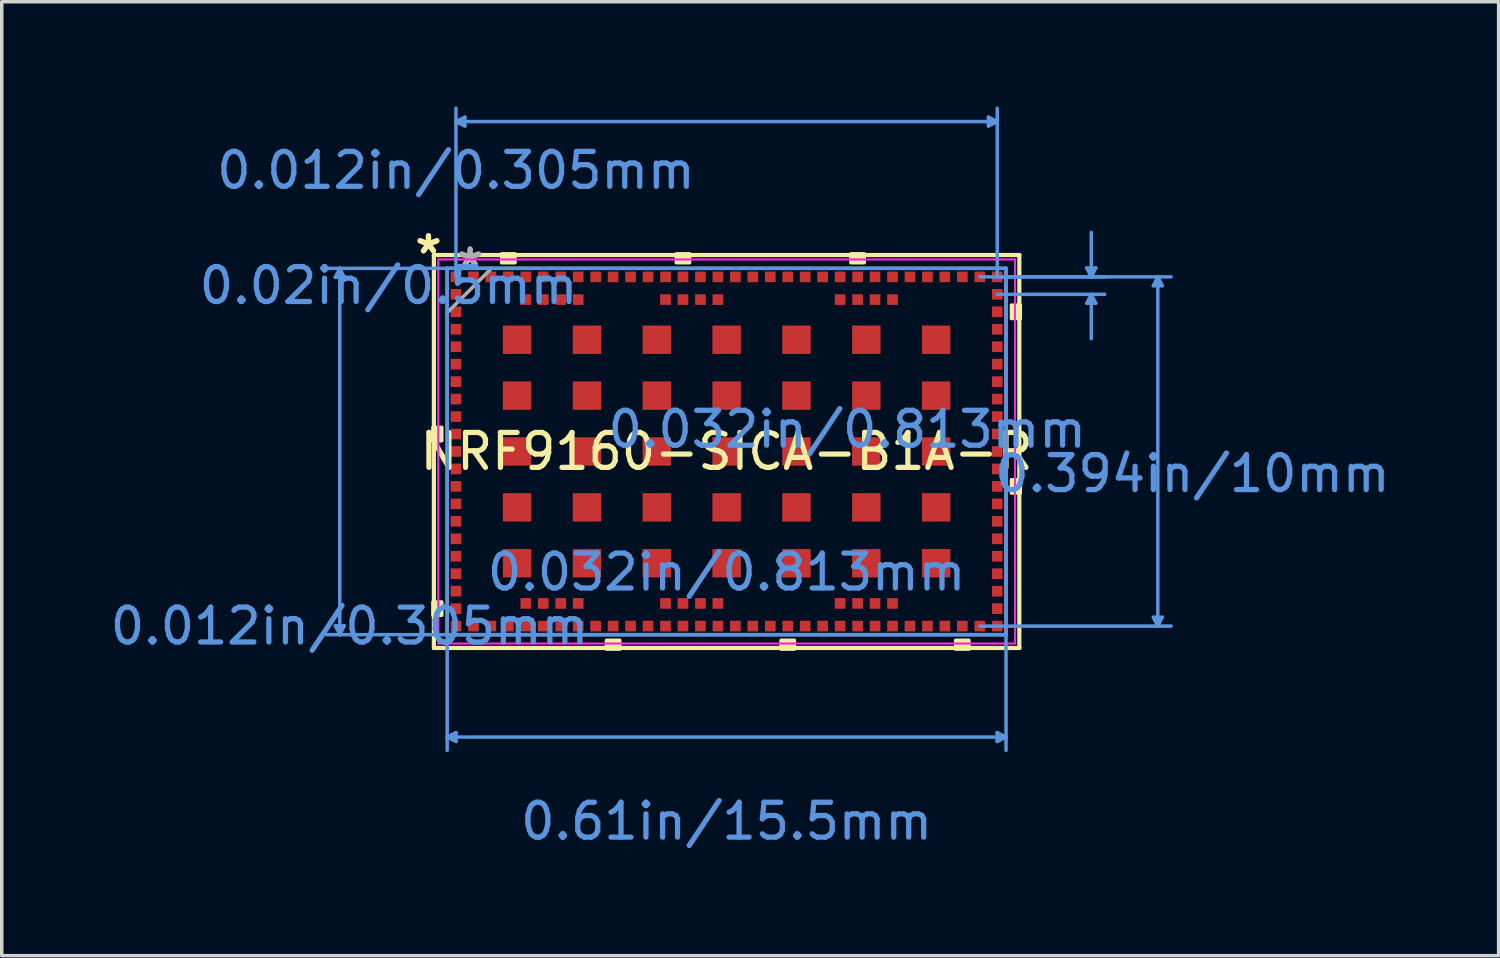
<source format=kicad_pcb>
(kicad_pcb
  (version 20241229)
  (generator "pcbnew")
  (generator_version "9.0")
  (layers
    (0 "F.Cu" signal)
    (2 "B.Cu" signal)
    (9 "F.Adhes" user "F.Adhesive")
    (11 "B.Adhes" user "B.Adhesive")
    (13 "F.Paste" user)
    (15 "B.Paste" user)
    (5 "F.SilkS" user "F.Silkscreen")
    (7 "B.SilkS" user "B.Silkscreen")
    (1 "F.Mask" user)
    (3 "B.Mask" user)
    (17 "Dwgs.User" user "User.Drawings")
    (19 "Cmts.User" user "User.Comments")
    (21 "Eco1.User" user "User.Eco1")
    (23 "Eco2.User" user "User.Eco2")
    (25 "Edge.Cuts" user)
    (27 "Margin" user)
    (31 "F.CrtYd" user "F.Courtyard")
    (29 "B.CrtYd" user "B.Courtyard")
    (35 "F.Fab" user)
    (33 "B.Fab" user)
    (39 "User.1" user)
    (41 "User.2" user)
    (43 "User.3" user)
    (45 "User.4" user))
  (footprint "NRF9160-SICA-B1A-R"
    (layer "F.Cu")
    (at 17.756 9.878)
    (property "Reference" "NRF9160-SICA-B1A-R" (at 0 0 0) (layer "F.SilkS") (effects (font (size 1 1) (thickness 0.15))))
    (attr through_hole)
    (fp_line (start -8.382 -5.626) (end -8.382 5.626) (stroke (width 0.12) (type solid)) (layer "F.SilkS"))
    (fp_line (start -8.382 5.626) (end 8.382 5.626) (stroke (width 0.12) (type solid)) (layer "F.SilkS"))
    (fp_line (start 8.382 -5.626) (end -8.382 -5.626) (stroke (width 0.12) (type solid)) (layer "F.SilkS"))
    (fp_line (start 8.382 5.626) (end 8.382 -5.626) (stroke (width 0.12) (type solid)) (layer "F.SilkS"))
    (fp_poly (pts (xy -8.41 -0.69) (xy -8.41 -0.309) (xy -8.156 -0.309) (xy -8.156 -0.69)) (stroke (width 0.1) (type solid)) (fill yes) (layer "F.SilkS"))
    (fp_poly (pts (xy -8.41 4.31) (xy -8.41 4.691) (xy -8.156 4.691) (xy -8.156 4.31)) (stroke (width 0.1) (type solid)) (fill yes) (layer "F.SilkS"))
    (fp_poly (pts (xy -6.441 -5.406) (xy -6.441 -5.66) (xy -6.059 -5.66) (xy -6.059 -5.406)) (stroke (width 0.1) (type solid)) (fill yes) (layer "F.SilkS"))
    (fp_poly (pts (xy -3.441 5.406) (xy -3.441 5.66) (xy -3.06 5.66) (xy -3.06 5.406)) (stroke (width 0.1) (type solid)) (fill yes) (layer "F.SilkS"))
    (fp_poly (pts (xy -1.44 -5.406) (xy -1.44 -5.66) (xy -1.06 -5.66) (xy -1.06 -5.406)) (stroke (width 0.1) (type solid)) (fill yes) (layer "F.SilkS"))
    (fp_poly (pts (xy 1.559 5.406) (xy 1.559 5.66) (xy 1.94 5.66) (xy 1.94 5.406)) (stroke (width 0.1) (type solid)) (fill yes) (layer "F.SilkS"))
    (fp_poly (pts (xy 3.559 -5.406) (xy 3.559 -5.66) (xy 3.941 -5.66) (xy 3.941 -5.406)) (stroke (width 0.1) (type solid)) (fill yes) (layer "F.SilkS"))
    (fp_poly (pts (xy 6.559 5.406) (xy 6.559 5.66) (xy 6.94 5.66) (xy 6.94 5.406)) (stroke (width 0.1) (type solid)) (fill yes) (layer "F.SilkS"))
    (fp_poly (pts (xy 8.41 -4.191) (xy 8.41 -3.809) (xy 8.156 -3.809) (xy 8.156 -4.191)) (stroke (width 0.1) (type solid)) (fill yes) (layer "F.SilkS"))
    (fp_poly (pts (xy 8.41 0.81) (xy 8.41 1.191) (xy 8.156 1.191) (xy 8.156 0.81)) (stroke (width 0.1) (type solid)) (fill yes) (layer "F.SilkS"))
    (fp_line (start -11.204 -4.991) (end -10.95 -4.991) (stroke (width 0.1) (type solid)) (layer "Cmts.User"))
    (fp_line (start -11.204 4.991) (end -10.95 4.991) (stroke (width 0.1) (type solid)) (layer "Cmts.User"))
    (fp_line (start -11.077 -5.245) (end -11.204 -4.991) (stroke (width 0.1) (type solid)) (layer "Cmts.User"))
    (fp_line (start -11.077 -5.245) (end -11.077 5.245) (stroke (width 0.1) (type solid)) (layer "Cmts.User"))
    (fp_line (start -11.077 -5.245) (end -10.95 -4.991) (stroke (width 0.1) (type solid)) (layer "Cmts.User"))
    (fp_line (start -11.077 5.245) (end -11.204 4.991) (stroke (width 0.1) (type solid)) (layer "Cmts.User"))
    (fp_line (start -11.077 5.245) (end -10.95 4.991) (stroke (width 0.1) (type solid)) (layer "Cmts.User"))
    (fp_line (start -8.001 -5.245) (end -8.001 8.558) (stroke (width 0.1) (type solid)) (layer "Cmts.User"))
    (fp_line (start -8.001 8.177) (end -7.747 8.05) (stroke (width 0.1) (type solid)) (layer "Cmts.User"))
    (fp_line (start -8.001 8.177) (end -7.747 8.304) (stroke (width 0.1) (type solid)) (layer "Cmts.User"))
    (fp_line (start -8.001 8.177) (end 8.001 8.177) (stroke (width 0.1) (type solid)) (layer "Cmts.User"))
    (fp_line (start -7.75 -9.447) (end -7.496 -9.574) (stroke (width 0.1) (type solid)) (layer "Cmts.User"))
    (fp_line (start -7.75 -9.447) (end -7.496 -9.32) (stroke (width 0.1) (type solid)) (layer "Cmts.User"))
    (fp_line (start -7.75 -9.447) (end 7.75 -9.447) (stroke (width 0.1) (type solid)) (layer "Cmts.User"))
    (fp_line (start -7.75 -5) (end -7.75 -9.828) (stroke (width 0.1) (type solid)) (layer "Cmts.User"))
    (fp_line (start -7.747 8.05) (end -7.747 8.304) (stroke (width 0.1) (type solid)) (layer "Cmts.User"))
    (fp_line (start -7.496 -9.574) (end -7.496 -9.32) (stroke (width 0.1) (type solid)) (layer "Cmts.User"))
    (fp_line (start 7.25 -5) (end 12.728 -5) (stroke (width 0.1) (type solid)) (layer "Cmts.User"))
    (fp_line (start 7.25 5) (end 12.728 5) (stroke (width 0.1) (type solid)) (layer "Cmts.User"))
    (fp_line (start 7.496 -9.574) (end 7.496 -9.32) (stroke (width 0.1) (type solid)) (layer "Cmts.User"))
    (fp_line (start 7.747 8.05) (end 7.747 8.304) (stroke (width 0.1) (type solid)) (layer "Cmts.User"))
    (fp_line (start 7.75 -9.447) (end 7.496 -9.574) (stroke (width 0.1) (type solid)) (layer "Cmts.User"))
    (fp_line (start 7.75 -9.447) (end 7.496 -9.32) (stroke (width 0.1) (type solid)) (layer "Cmts.User"))
    (fp_line (start 7.75 -5) (end 7.75 -9.828) (stroke (width 0.1) (type solid)) (layer "Cmts.User"))
    (fp_line (start 7.75 -5) (end 10.823 -5) (stroke (width 0.1) (type solid)) (layer "Cmts.User"))
    (fp_line (start 7.75 -4.5) (end 10.823 -4.5) (stroke (width 0.1) (type solid)) (layer "Cmts.User"))
    (fp_line (start 8.001 -5.245) (end -11.458 -5.245) (stroke (width 0.1) (type solid)) (layer "Cmts.User"))
    (fp_line (start 8.001 -5.245) (end 8.001 8.558) (stroke (width 0.1) (type solid)) (layer "Cmts.User"))
    (fp_line (start 8.001 5.245) (end -11.458 5.245) (stroke (width 0.1) (type solid)) (layer "Cmts.User"))
    (fp_line (start 8.001 8.177) (end 7.747 8.05) (stroke (width 0.1) (type solid)) (layer "Cmts.User"))
    (fp_line (start 8.001 8.177) (end 7.747 8.304) (stroke (width 0.1) (type solid)) (layer "Cmts.User"))
    (fp_line (start 10.315 -5.254) (end 10.569 -5.254) (stroke (width 0.1) (type solid)) (layer "Cmts.User"))
    (fp_line (start 10.315 -4.246) (end 10.569 -4.246) (stroke (width 0.1) (type solid)) (layer "Cmts.User"))
    (fp_line (start 10.442 -5) (end 10.315 -5.254) (stroke (width 0.1) (type solid)) (layer "Cmts.User"))
    (fp_line (start 10.442 -5) (end 10.442 -6.27) (stroke (width 0.1) (type solid)) (layer "Cmts.User"))
    (fp_line (start 10.442 -5) (end 10.569 -5.254) (stroke (width 0.1) (type solid)) (layer "Cmts.User"))
    (fp_line (start 10.442 -4.5) (end 10.315 -4.246) (stroke (width 0.1) (type solid)) (layer "Cmts.User"))
    (fp_line (start 10.442 -4.5) (end 10.442 -3.23) (stroke (width 0.1) (type solid)) (layer "Cmts.User"))
    (fp_line (start 10.442 -4.5) (end 10.569 -4.246) (stroke (width 0.1) (type solid)) (layer "Cmts.User"))
    (fp_line (start 12.22 -4.746) (end 12.474 -4.746) (stroke (width 0.1) (type solid)) (layer "Cmts.User"))
    (fp_line (start 12.22 4.746) (end 12.474 4.746) (stroke (width 0.1) (type solid)) (layer "Cmts.User"))
    (fp_line (start 12.347 -5) (end 12.22 -4.746) (stroke (width 0.1) (type solid)) (layer "Cmts.User"))
    (fp_line (start 12.347 -5) (end 12.347 5) (stroke (width 0.1) (type solid)) (layer "Cmts.User"))
    (fp_line (start 12.347 -5) (end 12.474 -4.746) (stroke (width 0.1) (type solid)) (layer "Cmts.User"))
    (fp_line (start 12.347 5) (end 12.22 4.746) (stroke (width 0.1) (type solid)) (layer "Cmts.User"))
    (fp_line (start 12.347 5) (end 12.474 4.746) (stroke (width 0.1) (type solid)) (layer "Cmts.User"))
    (fp_line (start -8.255 -5.499) (end -7.656 -5.499) (stroke (width 0.05) (type solid)) (layer "F.CrtYd"))
    (fp_line (start -8.255 -5.499) (end -7.656 -5.499) (stroke (width 0.05) (type solid)) (layer "F.CrtYd"))
    (fp_line (start -8.255 -5.406) (end -8.255 -5.499) (stroke (width 0.05) (type solid)) (layer "F.CrtYd"))
    (fp_line (start -8.255 -5.406) (end -8.255 -5.499) (stroke (width 0.05) (type solid)) (layer "F.CrtYd"))
    (fp_line (start -8.255 -5.406) (end -8.255 -5.406) (stroke (width 0.05) (type solid)) (layer "F.CrtYd"))
    (fp_line (start -8.255 -5.406) (end -8.255 -5.406) (stroke (width 0.05) (type solid)) (layer "F.CrtYd"))
    (fp_line (start -8.255 5.406) (end -8.255 -5.406) (stroke (width 0.05) (type solid)) (layer "F.CrtYd"))
    (fp_line (start -8.255 5.406) (end -8.255 -5.406) (stroke (width 0.05) (type solid)) (layer "F.CrtYd"))
    (fp_line (start -8.255 5.406) (end -8.255 5.406) (stroke (width 0.05) (type solid)) (layer "F.CrtYd"))
    (fp_line (start -8.255 5.406) (end -8.255 5.406) (stroke (width 0.05) (type solid)) (layer "F.CrtYd"))
    (fp_line (start -8.255 5.499) (end -8.255 5.406) (stroke (width 0.05) (type solid)) (layer "F.CrtYd"))
    (fp_line (start -8.255 5.499) (end -8.255 5.406) (stroke (width 0.05) (type solid)) (layer "F.CrtYd"))
    (fp_line (start -7.656 -5.499) (end -7.656 -5.499) (stroke (width 0.05) (type solid)) (layer "F.CrtYd"))
    (fp_line (start -7.656 -5.499) (end -7.656 -5.499) (stroke (width 0.05) (type solid)) (layer "F.CrtYd"))
    (fp_line (start -7.656 -5.499) (end 7.656 -5.499) (stroke (width 0.05) (type solid)) (layer "F.CrtYd"))
    (fp_line (start -7.656 -5.499) (end 7.656 -5.499) (stroke (width 0.05) (type solid)) (layer "F.CrtYd"))
    (fp_line (start -7.656 5.499) (end -8.255 5.499) (stroke (width 0.05) (type solid)) (layer "F.CrtYd"))
    (fp_line (start -7.656 5.499) (end -8.255 5.499) (stroke (width 0.05) (type solid)) (layer "F.CrtYd"))
    (fp_line (start -7.656 5.499) (end -7.656 5.499) (stroke (width 0.05) (type solid)) (layer "F.CrtYd"))
    (fp_line (start -7.656 5.499) (end -7.656 5.499) (stroke (width 0.05) (type solid)) (layer "F.CrtYd"))
    (fp_line (start 7.656 -5.499) (end 7.656 -5.499) (stroke (width 0.05) (type solid)) (layer "F.CrtYd"))
    (fp_line (start 7.656 -5.499) (end 7.656 -5.499) (stroke (width 0.05) (type solid)) (layer "F.CrtYd"))
    (fp_line (start 7.656 -5.499) (end 8.255 -5.499) (stroke (width 0.05) (type solid)) (layer "F.CrtYd"))
    (fp_line (start 7.656 -5.499) (end 8.255 -5.499) (stroke (width 0.05) (type solid)) (layer "F.CrtYd"))
    (fp_line (start 7.656 5.499) (end -7.656 5.499) (stroke (width 0.05) (type solid)) (layer "F.CrtYd"))
    (fp_line (start 7.656 5.499) (end -7.656 5.499) (stroke (width 0.05) (type solid)) (layer "F.CrtYd"))
    (fp_line (start 7.656 5.499) (end 7.656 5.499) (stroke (width 0.05) (type solid)) (layer "F.CrtYd"))
    (fp_line (start 7.656 5.499) (end 7.656 5.499) (stroke (width 0.05) (type solid)) (layer "F.CrtYd"))
    (fp_line (start 8.255 -5.499) (end 8.255 -5.406) (stroke (width 0.05) (type solid)) (layer "F.CrtYd"))
    (fp_line (start 8.255 -5.499) (end 8.255 -5.406) (stroke (width 0.05) (type solid)) (layer "F.CrtYd"))
    (fp_line (start 8.255 -5.406) (end 8.255 -5.406) (stroke (width 0.05) (type solid)) (layer "F.CrtYd"))
    (fp_line (start 8.255 -5.406) (end 8.255 -5.406) (stroke (width 0.05) (type solid)) (layer "F.CrtYd"))
    (fp_line (start 8.255 -5.406) (end 8.255 5.406) (stroke (width 0.05) (type solid)) (layer "F.CrtYd"))
    (fp_line (start 8.255 -5.406) (end 8.255 5.406) (stroke (width 0.05) (type solid)) (layer "F.CrtYd"))
    (fp_line (start 8.255 5.406) (end 8.255 5.406) (stroke (width 0.05) (type solid)) (layer "F.CrtYd"))
    (fp_line (start 8.255 5.406) (end 8.255 5.406) (stroke (width 0.05) (type solid)) (layer "F.CrtYd"))
    (fp_line (start 8.255 5.406) (end 8.255 5.499) (stroke (width 0.05) (type solid)) (layer "F.CrtYd"))
    (fp_line (start 8.255 5.406) (end 8.255 5.499) (stroke (width 0.05) (type solid)) (layer "F.CrtYd"))
    (fp_line (start 8.255 5.499) (end 7.656 5.499) (stroke (width 0.05) (type solid)) (layer "F.CrtYd"))
    (fp_line (start 8.255 5.499) (end 7.656 5.499) (stroke (width 0.05) (type solid)) (layer "F.CrtYd"))
    (fp_line (start -8.001 -5.245) (end -8.001 5.245) (stroke (width 0.1) (type solid)) (layer "F.Fab"))
    (fp_line (start -8.001 -3.975) (end -6.731 -5.245) (stroke (width 0.1) (type solid)) (layer "F.Fab"))
    (fp_line (start -8.001 5.245) (end 8.001 5.245) (stroke (width 0.1) (type solid)) (layer "F.Fab"))
    (fp_line (start 8.001 -5.245) (end -8.001 -5.245) (stroke (width 0.1) (type solid)) (layer "F.Fab"))
    (fp_line (start 8.001 5.245) (end 8.001 -5.245) (stroke (width 0.1) (type solid)) (layer "F.Fab"))
    (fp_text user "*" (at -8.537 -5.631 0) (layer "F.SilkS") (effects (font (size 1 1) (thickness 0.15))))
    (fp_text user "*" (at -8.537 -5.631 0) (layer "F.SilkS") (effects (font (size 1 1) (thickness 0.15))))
    (fp_text user "0.012in/0.305mm" (at -7.75 -8.048 0) (layer "Cmts.User") (effects (font (size 1 1) (thickness 0.15))))
    (fp_text user "Copyright 2021 Accelerated Designs. All rights reserved." (at 0 0 0) (layer "Cmts.User") (effects (font (size 0.127 0.127) (thickness 0.002))))
    (fp_text user "0.032in/0.813mm" (at 3.454 -0.635 0) (layer "Cmts.User") (effects (font (size 1 1) (thickness 0.15))))
    (fp_text user "0.61in/15.5mm" (at 0 10.588 0) (layer "Cmts.User") (effects (font (size 1 1) (thickness 0.15))))
    (fp_text user "0.032in/0.813mm" (at 0 3.454 0) (layer "Cmts.User") (effects (font (size 1 1) (thickness 0.15))))
    (fp_text user "0.394in/10mm" (at 13.338 0.635 0) (layer "Cmts.User") (effects (font (size 1 1) (thickness 0.15))))
    (fp_text user "0.02in/0.5mm" (at -9.68 -4.75 0) (layer "Cmts.User") (effects (font (size 1 1) (thickness 0.15))))
    (fp_text user "0.012in/0.305mm" (at -10.798 5 0) (layer "Cmts.User") (effects (font (size 1 1) (thickness 0.15))))
    (fp_text user "*" (at -7.344 -5.25 0) (layer "F.Fab") (effects (font (size 1 1) (thickness 0.15))))
    (fp_text user "*" (at -7.344 -5.25 0) (layer "F.Fab") (effects (font (size 1 1) (thickness 0.15))))
    (pad "1" smd rect (at -7.75 -5 90) (size 0.305 0.305) (layers "F.Cu" "F.Mask" "F.Paste"))
    (pad "2" smd rect (at -7.75 -4.5 90) (size 0.305 0.305) (layers "F.Cu" "F.Mask" "F.Paste"))
    (pad "3" smd rect (at -7.75 -4 90) (size 0.305 0.305) (layers "F.Cu" "F.Mask" "F.Paste"))
    (pad "4" smd rect (at -7.75 -3.5 90) (size 0.305 0.305) (layers "F.Cu" "F.Mask" "F.Paste"))
    (pad "5" smd rect (at -7.75 -3 90) (size 0.305 0.305) (layers "F.Cu" "F.Mask" "F.Paste"))
    (pad "6" smd rect (at -7.75 -2.5 90) (size 0.305 0.305) (layers "F.Cu" "F.Mask" "F.Paste"))
    (pad "7" smd rect (at -7.75 -2 90) (size 0.305 0.305) (layers "F.Cu" "F.Mask" "F.Paste"))
    (pad "8" smd rect (at -7.75 -1.5 90) (size 0.305 0.305) (layers "F.Cu" "F.Mask" "F.Paste"))
    (pad "9" smd rect (at -7.75 -1 90) (size 0.305 0.305) (layers "F.Cu" "F.Mask" "F.Paste"))
    (pad "10" smd rect (at -7.75 -0.5 90) (size 0.305 0.305) (layers "F.Cu" "F.Mask" "F.Paste"))
    (pad "11" smd rect (at -7.75 0 90) (size 0.305 0.305) (layers "F.Cu" "F.Mask" "F.Paste"))
    (pad "12" smd rect (at -7.75 0.5 90) (size 0.305 0.305) (layers "F.Cu" "F.Mask" "F.Paste"))
    (pad "13" smd rect (at -7.75 1 90) (size 0.305 0.305) (layers "F.Cu" "F.Mask" "F.Paste"))
    (pad "14" smd rect (at -7.75 1.5 90) (size 0.305 0.305) (layers "F.Cu" "F.Mask" "F.Paste"))
    (pad "15" smd rect (at -7.75 2 90) (size 0.305 0.305) (layers "F.Cu" "F.Mask" "F.Paste"))
    (pad "16" smd rect (at -7.75 2.5 90) (size 0.305 0.305) (layers "F.Cu" "F.Mask" "F.Paste"))
    (pad "17" smd rect (at -7.75 3 90) (size 0.305 0.305) (layers "F.Cu" "F.Mask" "F.Paste"))
    (pad "18" smd rect (at -7.75 3.5 90) (size 0.305 0.305) (layers "F.Cu" "F.Mask" "F.Paste"))
    (pad "19" smd rect (at -7.75 4 90) (size 0.305 0.305) (layers "F.Cu" "F.Mask" "F.Paste"))
    (pad "20" smd rect (at -7.75 4.5 90) (size 0.305 0.305) (layers "F.Cu" "F.Mask" "F.Paste"))
    (pad "21" smd rect (at -7.75 5 90) (size 0.305 0.305) (layers "F.Cu" "F.Mask" "F.Paste"))
    (pad "22" smd rect (at -7.25 5) (size 0.305 0.305) (layers "F.Cu" "F.Mask" "F.Paste"))
    (pad "23" smd rect (at -6.75 5) (size 0.305 0.305) (layers "F.Cu" "F.Mask" "F.Paste"))
    (pad "24" smd rect (at -6.25 5) (size 0.305 0.305) (layers "F.Cu" "F.Mask" "F.Paste"))
    (pad "25" smd rect (at -5.75 5) (size 0.305 0.305) (layers "F.Cu" "F.Mask" "F.Paste"))
    (pad "26" smd rect (at -5.25 5) (size 0.305 0.305) (layers "F.Cu" "F.Mask" "F.Paste"))
    (pad "27" smd rect (at -4.75 5) (size 0.305 0.305) (layers "F.Cu" "F.Mask" "F.Paste"))
    (pad "28" smd rect (at -4.25 5) (size 0.305 0.305) (layers "F.Cu" "F.Mask" "F.Paste"))
    (pad "29" smd rect (at -3.75 5) (size 0.305 0.305) (layers "F.Cu" "F.Mask" "F.Paste"))
    (pad "30" smd rect (at -3.25 5) (size 0.305 0.305) (layers "F.Cu" "F.Mask" "F.Paste"))
    (pad "31" smd rect (at -2.75 5) (size 0.305 0.305) (layers "F.Cu" "F.Mask" "F.Paste"))
    (pad "32" smd rect (at -2.25 5) (size 0.305 0.305) (layers "F.Cu" "F.Mask" "F.Paste"))
    (pad "33" smd rect (at -1.75 5) (size 0.305 0.305) (layers "F.Cu" "F.Mask" "F.Paste"))
    (pad "34" smd rect (at -1.25 5) (size 0.305 0.305) (layers "F.Cu" "F.Mask" "F.Paste"))
    (pad "35" smd rect (at -0.75 5) (size 0.305 0.305) (layers "F.Cu" "F.Mask" "F.Paste"))
    (pad "36" smd rect (at -0.25 5) (size 0.305 0.305) (layers "F.Cu" "F.Mask" "F.Paste"))
    (pad "37" smd rect (at 0.25 5) (size 0.305 0.305) (layers "F.Cu" "F.Mask" "F.Paste"))
    (pad "38" smd rect (at 0.75 5) (size 0.305 0.305) (layers "F.Cu" "F.Mask" "F.Paste"))
    (pad "39" smd rect (at 1.25 5) (size 0.305 0.305) (layers "F.Cu" "F.Mask" "F.Paste"))
    (pad "40" smd rect (at 1.75 5) (size 0.305 0.305) (layers "F.Cu" "F.Mask" "F.Paste"))
    (pad "41" smd rect (at 2.25 5) (size 0.305 0.305) (layers "F.Cu" "F.Mask" "F.Paste"))
    (pad "42" smd rect (at 2.75 5) (size 0.305 0.305) (layers "F.Cu" "F.Mask" "F.Paste"))
    (pad "43" smd rect (at 3.25 5) (size 0.305 0.305) (layers "F.Cu" "F.Mask" "F.Paste"))
    (pad "44" smd rect (at 3.75 5) (size 0.305 0.305) (layers "F.Cu" "F.Mask" "F.Paste"))
    (pad "45" smd rect (at 4.25 5) (size 0.305 0.305) (layers "F.Cu" "F.Mask" "F.Paste"))
    (pad "46" smd rect (at 4.75 5) (size 0.305 0.305) (layers "F.Cu" "F.Mask" "F.Paste"))
    (pad "47" smd rect (at 5.25 5) (size 0.305 0.305) (layers "F.Cu" "F.Mask" "F.Paste"))
    (pad "48" smd rect (at 5.75 5) (size 0.305 0.305) (layers "F.Cu" "F.Mask" "F.Paste"))
    (pad "49" smd rect (at 6.25 5) (size 0.305 0.305) (layers "F.Cu" "F.Mask" "F.Paste"))
    (pad "50" smd rect (at 6.75 5) (size 0.305 0.305) (layers "F.Cu" "F.Mask" "F.Paste"))
    (pad "51" smd rect (at 7.25 5) (size 0.305 0.305) (layers "F.Cu" "F.Mask" "F.Paste"))
    (pad "52" smd rect (at 7.75 5 90) (size 0.305 0.305) (layers "F.Cu" "F.Mask" "F.Paste"))
    (pad "53" smd rect (at 7.75 4.5 90) (size 0.305 0.305) (layers "F.Cu" "F.Mask" "F.Paste"))
    (pad "54" smd rect (at 7.75 4 90) (size 0.305 0.305) (layers "F.Cu" "F.Mask" "F.Paste"))
    (pad "55" smd rect (at 7.75 3.5 90) (size 0.305 0.305) (layers "F.Cu" "F.Mask" "F.Paste"))
    (pad "56" smd rect (at 7.75 3 90) (size 0.305 0.305) (layers "F.Cu" "F.Mask" "F.Paste"))
    (pad "57" smd rect (at 7.75 2.5 90) (size 0.305 0.305) (layers "F.Cu" "F.Mask" "F.Paste"))
    (pad "58" smd rect (at 7.75 2 90) (size 0.305 0.305) (layers "F.Cu" "F.Mask" "F.Paste"))
    (pad "59" smd rect (at 7.75 1.5 90) (size 0.305 0.305) (layers "F.Cu" "F.Mask" "F.Paste"))
    (pad "60" smd rect (at 7.75 1 90) (size 0.305 0.305) (layers "F.Cu" "F.Mask" "F.Paste"))
    (pad "61" smd rect (at 7.75 0.5 90) (size 0.305 0.305) (layers "F.Cu" "F.Mask" "F.Paste"))
    (pad "62" smd rect (at 7.75 0 90) (size 0.305 0.305) (layers "F.Cu" "F.Mask" "F.Paste"))
    (pad "63" smd rect (at 7.75 -0.5 90) (size 0.305 0.305) (layers "F.Cu" "F.Mask" "F.Paste"))
    (pad "64" smd rect (at 7.75 -1 90) (size 0.305 0.305) (layers "F.Cu" "F.Mask" "F.Paste"))
    (pad "65" smd rect (at 7.75 -1.5 90) (size 0.305 0.305) (layers "F.Cu" "F.Mask" "F.Paste"))
    (pad "66" smd rect (at 7.75 -2 90) (size 0.305 0.305) (layers "F.Cu" "F.Mask" "F.Paste"))
    (pad "67" smd rect (at 7.75 -2.5 90) (size 0.305 0.305) (layers "F.Cu" "F.Mask" "F.Paste"))
    (pad "68" smd rect (at 7.75 -3 90) (size 0.305 0.305) (layers "F.Cu" "F.Mask" "F.Paste"))
    (pad "69" smd rect (at 7.75 -3.5 90) (size 0.305 0.305) (layers "F.Cu" "F.Mask" "F.Paste"))
    (pad "70" smd rect (at 7.75 -4 90) (size 0.305 0.305) (layers "F.Cu" "F.Mask" "F.Paste"))
    (pad "71" smd rect (at 7.75 -4.5 90) (size 0.305 0.305) (layers "F.Cu" "F.Mask" "F.Paste"))
    (pad "72" smd rect (at 7.75 -5 90) (size 0.305 0.305) (layers "F.Cu" "F.Mask" "F.Paste"))
    (pad "73" smd rect (at 7.25 -5) (size 0.305 0.305) (layers "F.Cu" "F.Mask" "F.Paste"))
    (pad "74" smd rect (at 6.75 -5) (size 0.305 0.305) (layers "F.Cu" "F.Mask" "F.Paste"))
    (pad "75" smd rect (at 6.25 -5) (size 0.305 0.305) (layers "F.Cu" "F.Mask" "F.Paste"))
    (pad "76" smd rect (at 5.75 -5) (size 0.305 0.305) (layers "F.Cu" "F.Mask" "F.Paste"))
    (pad "77" smd rect (at 5.25 -5) (size 0.305 0.305) (layers "F.Cu" "F.Mask" "F.Paste"))
    (pad "78" smd rect (at 4.75 -5) (size 0.305 0.305) (layers "F.Cu" "F.Mask" "F.Paste"))
    (pad "79" smd rect (at 4.25 -5) (size 0.305 0.305) (layers "F.Cu" "F.Mask" "F.Paste"))
    (pad "80" smd rect (at 3.75 -5) (size 0.305 0.305) (layers "F.Cu" "F.Mask" "F.Paste"))
    (pad "81" smd rect (at 3.25 -5) (size 0.305 0.305) (layers "F.Cu" "F.Mask" "F.Paste"))
    (pad "82" smd rect (at 2.75 -5) (size 0.305 0.305) (layers "F.Cu" "F.Mask" "F.Paste"))
    (pad "83" smd rect (at 2.25 -5) (size 0.305 0.305) (layers "F.Cu" "F.Mask" "F.Paste"))
    (pad "84" smd rect (at 1.75 -5) (size 0.305 0.305) (layers "F.Cu" "F.Mask" "F.Paste"))
    (pad "85" smd rect (at 1.25 -5) (size 0.305 0.305) (layers "F.Cu" "F.Mask" "F.Paste"))
    (pad "86" smd rect (at 0.75 -5) (size 0.305 0.305) (layers "F.Cu" "F.Mask" "F.Paste"))
    (pad "87" smd rect (at 0.25 -5) (size 0.305 0.305) (layers "F.Cu" "F.Mask" "F.Paste"))
    (pad "88" smd rect (at -0.25 -5) (size 0.305 0.305) (layers "F.Cu" "F.Mask" "F.Paste"))
    (pad "89" smd rect (at -0.75 -5) (size 0.305 0.305) (layers "F.Cu" "F.Mask" "F.Paste"))
    (pad "90" smd rect (at -1.25 -5) (size 0.305 0.305) (layers "F.Cu" "F.Mask" "F.Paste"))
    (pad "91" smd rect (at -1.75 -5) (size 0.305 0.305) (layers "F.Cu" "F.Mask" "F.Paste"))
    (pad "92" smd rect (at -2.25 -5) (size 0.305 0.305) (layers "F.Cu" "F.Mask" "F.Paste"))
    (pad "93" smd rect (at -2.75 -5) (size 0.305 0.305) (layers "F.Cu" "F.Mask" "F.Paste"))
    (pad "94" smd rect (at -3.25 -5) (size 0.305 0.305) (layers "F.Cu" "F.Mask" "F.Paste"))
    (pad "95" smd rect (at -3.75 -5) (size 0.305 0.305) (layers "F.Cu" "F.Mask" "F.Paste"))
    (pad "96" smd rect (at -4.25 -5) (size 0.305 0.305) (layers "F.Cu" "F.Mask" "F.Paste"))
    (pad "97" smd rect (at -4.75 -5) (size 0.305 0.305) (layers "F.Cu" "F.Mask" "F.Paste"))
    (pad "98" smd rect (at -5.25 -5) (size 0.305 0.305) (layers "F.Cu" "F.Mask" "F.Paste"))
    (pad "99" smd rect (at -5.75 -5) (size 0.305 0.305) (layers "F.Cu" "F.Mask" "F.Paste"))
    (pad "100" smd rect (at -6.25 -5) (size 0.305 0.305) (layers "F.Cu" "F.Mask" "F.Paste"))
    (pad "101" smd rect (at -6.75 -5) (size 0.305 0.305) (layers "F.Cu" "F.Mask" "F.Paste"))
    (pad "102" smd rect (at -7.25 -5) (size 0.305 0.305) (layers "F.Cu" "F.Mask" "F.Paste"))
    (pad "103" smd rect (at 0 0) (size 0.813 0.813) (layers "F.Cu" "F.Mask" "F.Paste"))
    (pad "104" smd rect (at -5.75 4.35) (size 0.305 0.305) (layers "F.Cu" "F.Mask" "F.Paste"))
    (pad "105" smd rect (at -5.25 4.35) (size 0.305 0.305) (layers "F.Cu" "F.Mask" "F.Paste"))
    (pad "106" smd rect (at -4.75 4.35) (size 0.305 0.305) (layers "F.Cu" "F.Mask" "F.Paste"))
    (pad "107" smd rect (at -4.25 4.35) (size 0.305 0.305) (layers "F.Cu" "F.Mask" "F.Paste"))
    (pad "108" smd rect (at -1.75 4.35) (size 0.305 0.305) (layers "F.Cu" "F.Mask" "F.Paste"))
    (pad "109" smd rect (at -1.25 4.35) (size 0.305 0.305) (layers "F.Cu" "F.Mask" "F.Paste"))
    (pad "110" smd rect (at -0.75 4.35) (size 0.305 0.305) (layers "F.Cu" "F.Mask" "F.Paste"))
    (pad "111" smd rect (at -0.25 4.35) (size 0.305 0.305) (layers "F.Cu" "F.Mask" "F.Paste"))
    (pad "112" smd rect (at 3.25 4.35) (size 0.305 0.305) (layers "F.Cu" "F.Mask" "F.Paste"))
    (pad "113" smd rect (at 3.75 4.35) (size 0.305 0.305) (layers "F.Cu" "F.Mask" "F.Paste"))
    (pad "114" smd rect (at 4.25 4.35) (size 0.305 0.305) (layers "F.Cu" "F.Mask" "F.Paste"))
    (pad "115" smd rect (at 4.75 4.35) (size 0.305 0.305) (layers "F.Cu" "F.Mask" "F.Paste"))
    (pad "116" smd rect (at 4.75 -4.35) (size 0.305 0.305) (layers "F.Cu" "F.Mask" "F.Paste"))
    (pad "117" smd rect (at 4.25 -4.35) (size 0.305 0.305) (layers "F.Cu" "F.Mask" "F.Paste"))
    (pad "118" smd rect (at 3.75 -4.35) (size 0.305 0.305) (layers "F.Cu" "F.Mask" "F.Paste"))
    (pad "119" smd rect (at 3.25 -4.35) (size 0.305 0.305) (layers "F.Cu" "F.Mask" "F.Paste"))
    (pad "120" smd rect (at -0.25 -4.35) (size 0.305 0.305) (layers "F.Cu" "F.Mask" "F.Paste"))
    (pad "121" smd rect (at -0.75 -4.35) (size 0.305 0.305) (layers "F.Cu" "F.Mask" "F.Paste"))
    (pad "122" smd rect (at -1.25 -4.35) (size 0.305 0.305) (layers "F.Cu" "F.Mask" "F.Paste"))
    (pad "123" smd rect (at -1.75 -4.35) (size 0.305 0.305) (layers "F.Cu" "F.Mask" "F.Paste"))
    (pad "124" smd rect (at -4.25 -4.35) (size 0.305 0.305) (layers "F.Cu" "F.Mask" "F.Paste"))
    (pad "125" smd rect (at -4.75 -4.35) (size 0.305 0.305) (layers "F.Cu" "F.Mask" "F.Paste"))
    (pad "126" smd rect (at -5.25 -4.35) (size 0.305 0.305) (layers "F.Cu" "F.Mask" "F.Paste"))
    (pad "127" smd rect (at -5.75 -4.35) (size 0.305 0.305) (layers "F.Cu" "F.Mask" "F.Paste"))
    (pad "128" smd rect (at -6 -3.2) (size 0.813 0.813) (layers "F.Cu" "F.Mask" "F.Paste"))
    (pad "129" smd rect (at -6 -1.6) (size 0.813 0.813) (layers "F.Cu" "F.Mask" "F.Paste"))
    (pad "130" smd rect (at -6 0) (size 0.813 0.813) (layers "F.Cu" "F.Mask" "F.Paste"))
    (pad "131" smd rect (at -6 1.6) (size 0.813 0.813) (layers "F.Cu" "F.Mask" "F.Paste"))
    (pad "132" smd rect (at -6 3.2) (size 0.813 0.813) (layers "F.Cu" "F.Mask" "F.Paste"))
    (pad "133" smd rect (at -4 -3.2) (size 0.813 0.813) (layers "F.Cu" "F.Mask" "F.Paste"))
    (pad "134" smd rect (at -4 -1.6) (size 0.813 0.813) (layers "F.Cu" "F.Mask" "F.Paste"))
    (pad "135" smd rect (at -4 0) (size 0.813 0.813) (layers "F.Cu" "F.Mask" "F.Paste"))
    (pad "136" smd rect (at -4 1.6) (size 0.813 0.813) (layers "F.Cu" "F.Mask" "F.Paste"))
    (pad "137" smd rect (at -4 3.2) (size 0.813 0.813) (layers "F.Cu" "F.Mask" "F.Paste"))
    (pad "138" smd rect (at -2 -3.2) (size 0.813 0.813) (layers "F.Cu" "F.Mask" "F.Paste"))
    (pad "139" smd rect (at -2 -1.6) (size 0.813 0.813) (layers "F.Cu" "F.Mask" "F.Paste"))
    (pad "140" smd rect (at -2 0) (size 0.813 0.813) (layers "F.Cu" "F.Mask" "F.Paste"))
    (pad "141" smd rect (at -2 1.6) (size 0.813 0.813) (layers "F.Cu" "F.Mask" "F.Paste"))
    (pad "142" smd rect (at -2 3.2) (size 0.813 0.813) (layers "F.Cu" "F.Mask" "F.Paste"))
    (pad "143" smd rect (at 0 -3.2) (size 0.813 0.813) (layers "F.Cu" "F.Mask" "F.Paste"))
    (pad "144" smd rect (at 0 -1.6) (size 0.813 0.813) (layers "F.Cu" "F.Mask" "F.Paste"))
    (pad "145" smd rect (at 0 1.6) (size 0.813 0.813) (layers "F.Cu" "F.Mask" "F.Paste"))
    (pad "146" smd rect (at 0 3.2) (size 0.813 0.813) (layers "F.Cu" "F.Mask" "F.Paste"))
    (pad "147" smd rect (at 2 -3.2) (size 0.813 0.813) (layers "F.Cu" "F.Mask" "F.Paste"))
    (pad "148" smd rect (at 2 -1.6) (size 0.813 0.813) (layers "F.Cu" "F.Mask" "F.Paste"))
    (pad "149" smd rect (at 2 0) (size 0.813 0.813) (layers "F.Cu" "F.Mask" "F.Paste"))
    (pad "150" smd rect (at 2 1.6) (size 0.813 0.813) (layers "F.Cu" "F.Mask" "F.Paste"))
    (pad "151" smd rect (at 2 3.2) (size 0.813 0.813) (layers "F.Cu" "F.Mask" "F.Paste"))
    (pad "152" smd rect (at 4 -3.2) (size 0.813 0.813) (layers "F.Cu" "F.Mask" "F.Paste"))
    (pad "153" smd rect (at 4 -1.6) (size 0.813 0.813) (layers "F.Cu" "F.Mask" "F.Paste"))
    (pad "154" smd rect (at 4 0) (size 0.813 0.813) (layers "F.Cu" "F.Mask" "F.Paste"))
    (pad "155" smd rect (at 4 1.6) (size 0.813 0.813) (layers "F.Cu" "F.Mask" "F.Paste"))
    (pad "156" smd rect (at 4 3.2) (size 0.813 0.813) (layers "F.Cu" "F.Mask" "F.Paste"))
    (pad "157" smd rect (at 6 -3.2) (size 0.813 0.813) (layers "F.Cu" "F.Mask" "F.Paste"))
    (pad "158" smd rect (at 6 -1.6) (size 0.813 0.813) (layers "F.Cu" "F.Mask" "F.Paste"))
    (pad "159" smd rect (at 6 0) (size 0.813 0.813) (layers "F.Cu" "F.Mask" "F.Paste"))
    (pad "160" smd rect (at 6 1.6) (size 0.813 0.813) (layers "F.Cu" "F.Mask" "F.Paste"))
    (pad "161" smd rect (at 6 3.2) (size 0.813 0.813) (layers "F.Cu" "F.Mask" "F.Paste")))
  (gr_rect
    (start -3 -3)
    (end 39.862 24.315)
    (stroke (width 0.1) (type default))
    (fill no)
    (layer "Edge.Cuts")))
</source>
